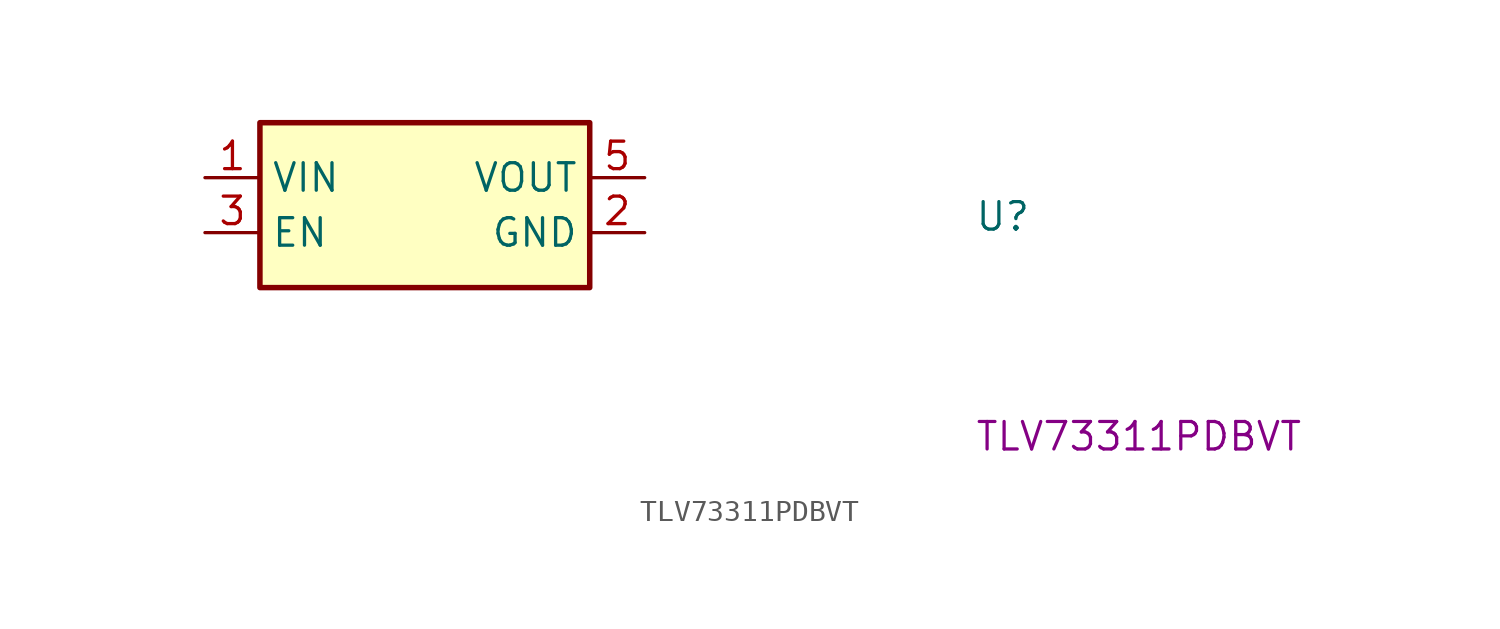
<source format=kicad_sym>
(kicad_symbol_lib
  (version 20220914)
  (generator kicad_symbol_editor)
  (symbol "TLV73311PDBVT"
    (property "Reference" "U"
      (at 35.56 -2.54 0)
      (effects (font (size 1.27 1.27) (thickness 0.15)) (justify left bottom)))
    (property "MPN" "TLV73311PDBVT"
      (at 35.56 -12.7 0)
      (effects (font (size 1.27 1.27) (thickness 0.15)) (justify left bottom)))
    (symbol "TLV73311PDBVT_1_1"
      (rectangle (start 2.54 2.54) (end 17.78 -5.08) (stroke (width 0.254) (type default)) (fill (type background)))
      (pin power_in line (at 0 0 0) (length 2.54) (name "VIN" (effects (font (size 1.27 1.27)))) (number "1" (effects (font (size 1.27 1.27)))))
      (pin power_in line (at 20.32 -2.54 180) (length 2.54) (name "GND" (effects (font (size 1.27 1.27)))) (number "2" (effects (font (size 1.27 1.27)))))
      (pin input line (at 0 -2.54 0) (length 2.54) (name "EN" (effects (font (size 1.27 1.27)))) (number "3" (effects (font (size 1.27 1.27)))))
      (pin no_connect line (at 20.32 -5.08 180) (length 2.54) hide (name "NC" (effects (font (size 1.27 1.27)))) (number "4" (effects (font (size 1.27 1.27)))))
      (pin power_out line (at 20.32 0 180) (length 2.54) (name "VOUT" (effects (font (size 1.27 1.27)))) (number "5" (effects (font (size 1.27 1.27))))))))
</source>
